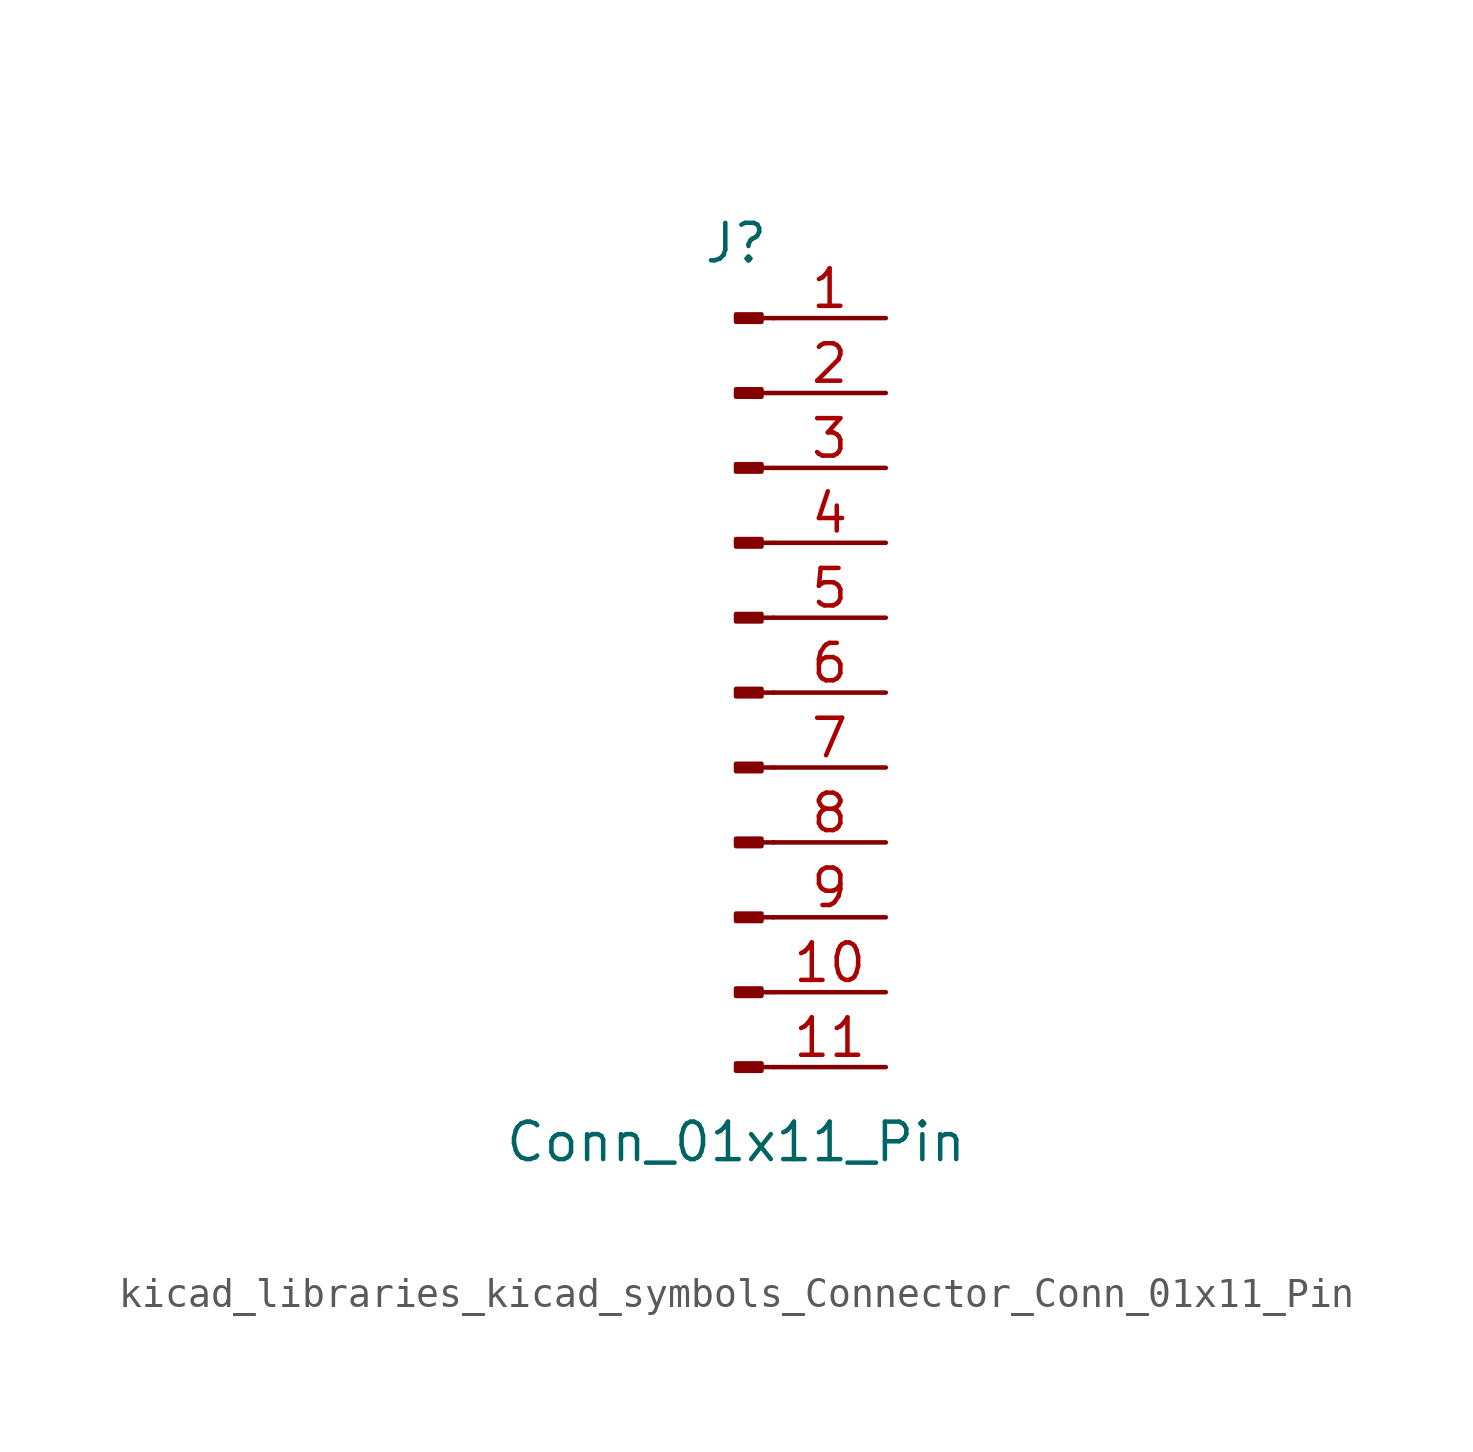
<source format=kicad_sym>
(kicad_symbol_lib
  (version 20220914)
  (generator kicad_symbol_editor)
  (symbol "kicad_libraries_kicad_symbols_Connector_Conn_01x11_Pin"
    (pin_names
      (offset 1.016) hide)
    (property "Reference" "J"
      (at 0 15.24 0)
      (effects (font (size 1.27 1.27))))
    (property "Value" "Conn_01x11_Pin"
      (at 0 -15.24 0)
      (effects (font (size 1.27 1.27))))
    (property "ki_locked" ""
      (at 0 0 0)
      (effects (font (size 1.27 1.27))))
    (symbol "kicad_libraries_kicad_symbols_Connector_Conn_01x11_Pin_1_1"
      (polyline (pts (xy 1.27 -12.7) (xy 0.864 -12.7)) (stroke (width 0.152) (type default)) (fill (type none)))
      (polyline (pts (xy 1.27 -10.16) (xy 0.864 -10.16)) (stroke (width 0.152) (type default)) (fill (type none)))
      (polyline (pts (xy 1.27 -7.62) (xy 0.864 -7.62)) (stroke (width 0.152) (type default)) (fill (type none)))
      (polyline (pts (xy 1.27 -5.08) (xy 0.864 -5.08)) (stroke (width 0.152) (type default)) (fill (type none)))
      (polyline (pts (xy 1.27 -2.54) (xy 0.864 -2.54)) (stroke (width 0.152) (type default)) (fill (type none)))
      (polyline (pts (xy 1.27 0) (xy 0.864 0)) (stroke (width 0.152) (type default)) (fill (type none)))
      (polyline (pts (xy 1.27 2.54) (xy 0.864 2.54)) (stroke (width 0.152) (type default)) (fill (type none)))
      (polyline (pts (xy 1.27 5.08) (xy 0.864 5.08)) (stroke (width 0.152) (type default)) (fill (type none)))
      (polyline (pts (xy 1.27 7.62) (xy 0.864 7.62)) (stroke (width 0.152) (type default)) (fill (type none)))
      (polyline (pts (xy 1.27 10.16) (xy 0.864 10.16)) (stroke (width 0.152) (type default)) (fill (type none)))
      (polyline (pts (xy 1.27 12.7) (xy 0.864 12.7)) (stroke (width 0.152) (type default)) (fill (type none)))
      (rectangle (start 0.864 -12.573) (end 0 -12.827) (stroke (width 0.152) (type default)) (fill (type outline)))
      (rectangle (start 0.864 -10.033) (end 0 -10.287) (stroke (width 0.152) (type default)) (fill (type outline)))
      (rectangle (start 0.864 -7.493) (end 0 -7.747) (stroke (width 0.152) (type default)) (fill (type outline)))
      (rectangle (start 0.864 -4.953) (end 0 -5.207) (stroke (width 0.152) (type default)) (fill (type outline)))
      (rectangle (start 0.864 -2.413) (end 0 -2.667) (stroke (width 0.152) (type default)) (fill (type outline)))
      (rectangle (start 0.864 0.127) (end 0 -0.127) (stroke (width 0.152) (type default)) (fill (type outline)))
      (rectangle (start 0.864 2.667) (end 0 2.413) (stroke (width 0.152) (type default)) (fill (type outline)))
      (rectangle (start 0.864 5.207) (end 0 4.953) (stroke (width 0.152) (type default)) (fill (type outline)))
      (rectangle (start 0.864 7.747) (end 0 7.493) (stroke (width 0.152) (type default)) (fill (type outline)))
      (rectangle (start 0.864 10.287) (end 0 10.033) (stroke (width 0.152) (type default)) (fill (type outline)))
      (rectangle (start 0.864 12.827) (end 0 12.573) (stroke (width 0.152) (type default)) (fill (type outline)))
      (pin passive line (at 5.08 12.7 180) (length 3.81) (name "Pin_1" (effects (font (size 1.27 1.27)))) (number "1" (effects (font (size 1.27 1.27)))))
      (pin passive line (at 5.08 -10.16 180) (length 3.81) (name "Pin_10" (effects (font (size 1.27 1.27)))) (number "10" (effects (font (size 1.27 1.27)))))
      (pin passive line (at 5.08 -12.7 180) (length 3.81) (name "Pin_11" (effects (font (size 1.27 1.27)))) (number "11" (effects (font (size 1.27 1.27)))))
      (pin passive line (at 5.08 10.16 180) (length 3.81) (name "Pin_2" (effects (font (size 1.27 1.27)))) (number "2" (effects (font (size 1.27 1.27)))))
      (pin passive line (at 5.08 7.62 180) (length 3.81) (name "Pin_3" (effects (font (size 1.27 1.27)))) (number "3" (effects (font (size 1.27 1.27)))))
      (pin passive line (at 5.08 5.08 180) (length 3.81) (name "Pin_4" (effects (font (size 1.27 1.27)))) (number "4" (effects (font (size 1.27 1.27)))))
      (pin passive line (at 5.08 2.54 180) (length 3.81) (name "Pin_5" (effects (font (size 1.27 1.27)))) (number "5" (effects (font (size 1.27 1.27)))))
      (pin passive line (at 5.08 0 180) (length 3.81) (name "Pin_6" (effects (font (size 1.27 1.27)))) (number "6" (effects (font (size 1.27 1.27)))))
      (pin passive line (at 5.08 -2.54 180) (length 3.81) (name "Pin_7" (effects (font (size 1.27 1.27)))) (number "7" (effects (font (size 1.27 1.27)))))
      (pin passive line (at 5.08 -5.08 180) (length 3.81) (name "Pin_8" (effects (font (size 1.27 1.27)))) (number "8" (effects (font (size 1.27 1.27)))))
      (pin passive line (at 5.08 -7.62 180) (length 3.81) (name "Pin_9" (effects (font (size 1.27 1.27)))) (number "9" (effects (font (size 1.27 1.27))))))))
</source>
